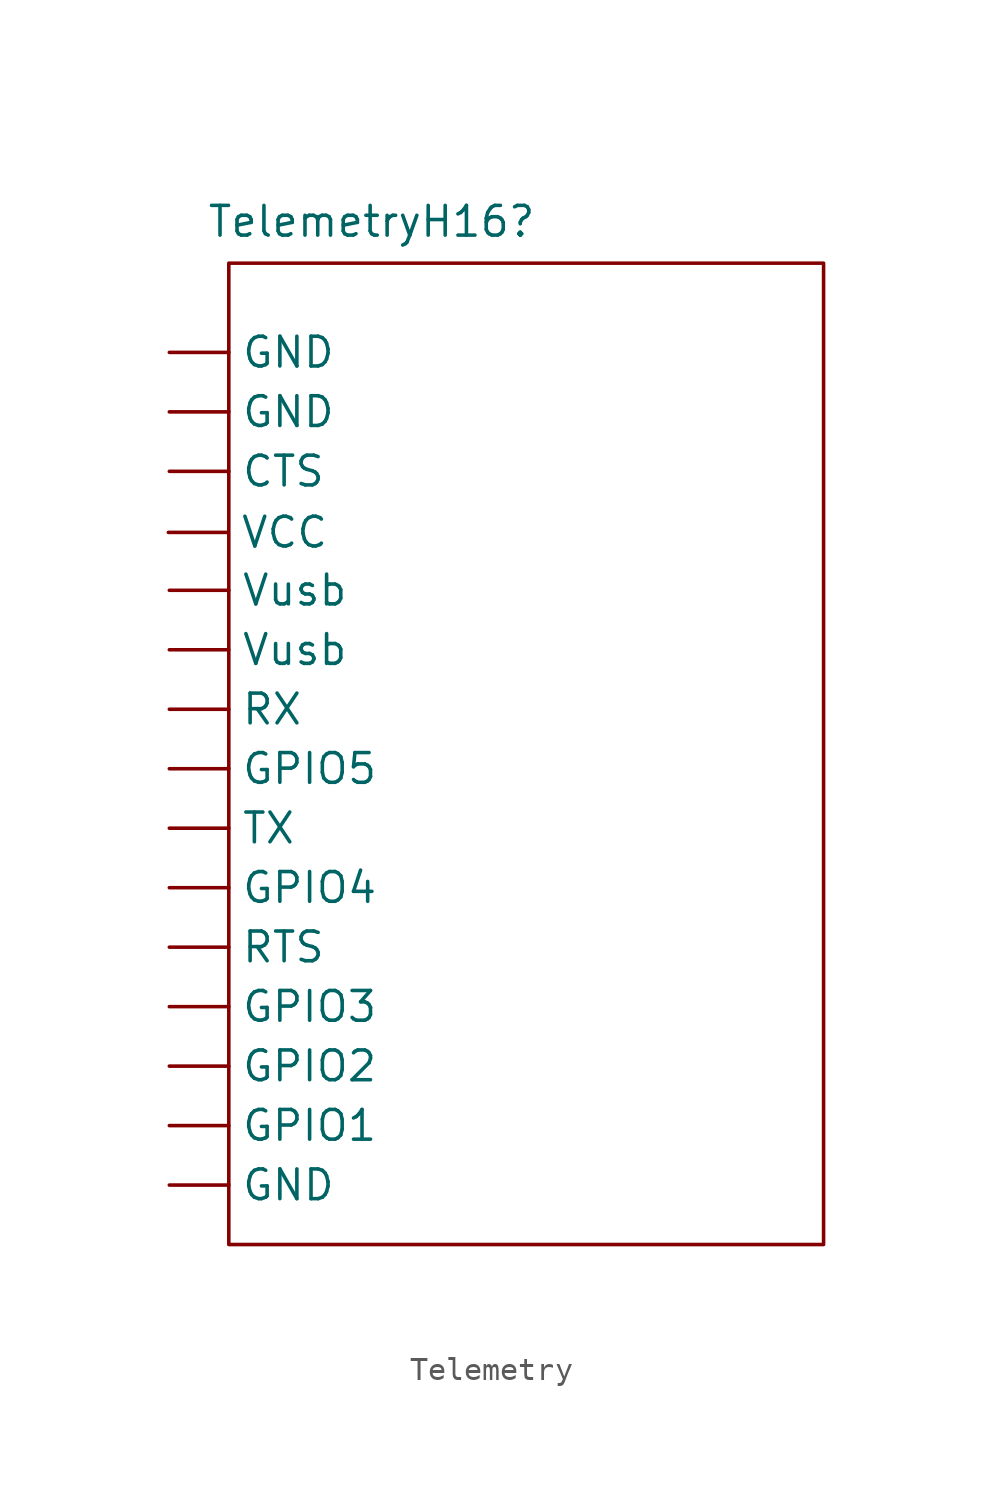
<source format=kicad_sym>
(kicad_symbol_lib
  (version 20231120)
  (generator "kicad_symbol_editor")
  (generator_version "8.0")
  (symbol "Telemetry"
    (property "Reference" "TelemetryH16"
      (at -6.604 10.668 0)
      (effects (font (size 1.27 1.27))))
    (property "Value" ""
      (at 0 0 0)
      (effects (font (size 1.27 1.27))))
    (symbol "Telemetry_0_1"
      (rectangle (start -12.7 8.89) (end 12.7 -33.02) (stroke (width 0) (type default)) (fill (type none))))
    (symbol "Telemetry_1_1"
      (pin power_out line (at -15.24 0 0) (length 2.54) (name "CTS" (effects (font (size 1.27 1.27)))) (number "" (effects (font (size 1.27 1.27)))))
      (pin power_out line (at -15.24 -30.48 0) (length 2.54) (name "GND" (effects (font (size 1.27 1.27)))) (number "" (effects (font (size 1.27 1.27)))))
      (pin power_out line (at -15.24 2.54 0) (length 2.54) (name "GND" (effects (font (size 1.27 1.27)))) (number "" (effects (font (size 1.27 1.27)))))
      (pin power_out line (at -15.24 5.08 0) (length 2.54) (name "GND" (effects (font (size 1.27 1.27)))) (number "" (effects (font (size 1.27 1.27)))))
      (pin power_out line (at -15.24 -27.94 0) (length 2.54) (name "GPIO1" (effects (font (size 1.27 1.27)))) (number "" (effects (font (size 1.27 1.27)))))
      (pin power_out line (at -15.24 -25.4 0) (length 2.54) (name "GPIO2" (effects (font (size 1.27 1.27)))) (number "" (effects (font (size 1.27 1.27)))))
      (pin power_out line (at -15.24 -22.86 0) (length 2.54) (name "GPIO3" (effects (font (size 1.27 1.27)))) (number "" (effects (font (size 1.27 1.27)))))
      (pin power_out line (at -15.24 -17.78 0) (length 2.54) (name "GPIO4" (effects (font (size 1.27 1.27)))) (number "" (effects (font (size 1.27 1.27)))))
      (pin power_out line (at -15.24 -12.7 0) (length 2.54) (name "GPIO5" (effects (font (size 1.27 1.27)))) (number "" (effects (font (size 1.27 1.27)))))
      (pin power_out line (at -15.24 -20.32 0) (length 2.54) (name "RTS" (effects (font (size 1.27 1.27)))) (number "" (effects (font (size 1.27 1.27)))))
      (pin power_out line (at -15.24 -10.16 0) (length 2.54) (name "RX" (effects (font (size 1.27 1.27)))) (number "" (effects (font (size 1.27 1.27)))))
      (pin power_out line (at -15.24 -15.24 0) (length 2.54) (name "TX" (effects (font (size 1.27 1.27)))) (number "" (effects (font (size 1.27 1.27)))))
      (pin power_out line (at -15.282 -2.607 0) (length 2.54) (name "VCC" (effects (font (size 1.27 1.27)))) (number "" (effects (font (size 1.27 1.27)))))
      (pin power_out line (at -15.24 -7.62 0) (length 2.54) (name "Vusb" (effects (font (size 1.27 1.27)))) (number "" (effects (font (size 1.27 1.27)))))
      (pin power_out line (at -15.24 -5.08 0) (length 2.54) (name "Vusb" (effects (font (size 1.27 1.27)))) (number "" (effects (font (size 1.27 1.27))))))))
</source>
